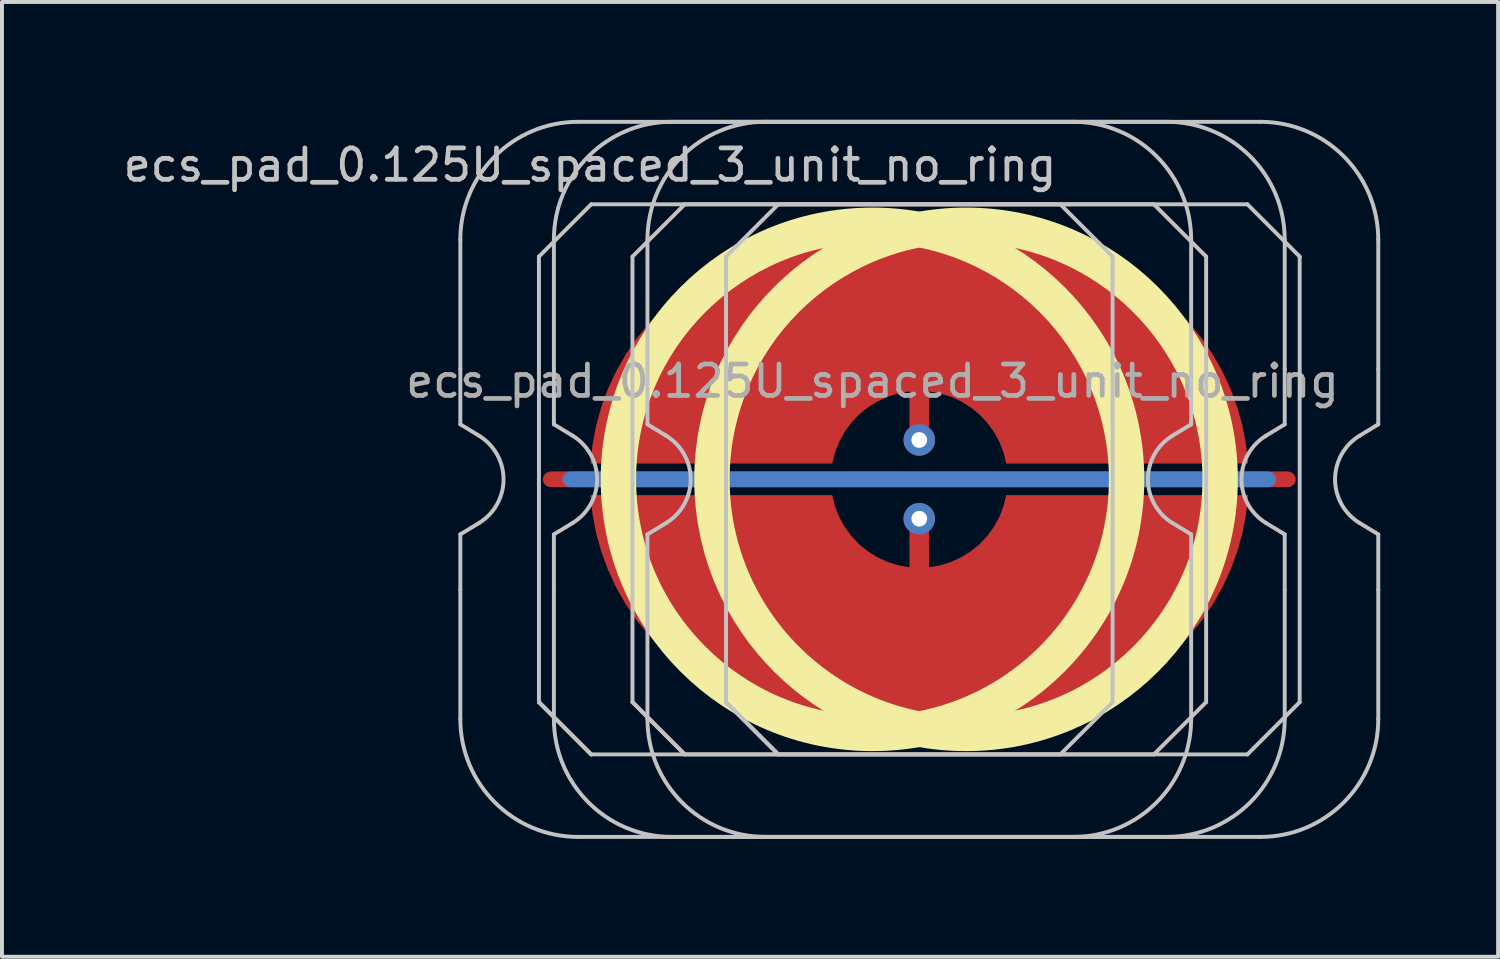
<source format=kicad_pcb>
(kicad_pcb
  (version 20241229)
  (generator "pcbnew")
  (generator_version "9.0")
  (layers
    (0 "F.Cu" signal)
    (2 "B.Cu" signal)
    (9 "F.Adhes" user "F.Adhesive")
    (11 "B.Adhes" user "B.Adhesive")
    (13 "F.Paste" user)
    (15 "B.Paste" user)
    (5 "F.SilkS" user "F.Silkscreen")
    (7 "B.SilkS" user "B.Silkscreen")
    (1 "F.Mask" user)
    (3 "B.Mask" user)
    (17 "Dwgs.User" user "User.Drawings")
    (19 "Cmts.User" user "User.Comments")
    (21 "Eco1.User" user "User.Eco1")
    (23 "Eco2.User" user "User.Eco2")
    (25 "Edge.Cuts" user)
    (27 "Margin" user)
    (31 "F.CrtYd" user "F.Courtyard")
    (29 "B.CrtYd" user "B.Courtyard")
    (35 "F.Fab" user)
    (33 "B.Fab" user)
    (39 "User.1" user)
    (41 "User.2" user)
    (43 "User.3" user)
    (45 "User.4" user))
  (footprint "ecs_pad_0.125U_spaced_3_unit_no_ring"
    (layer "F.Cu")
    (at 20.347 9.15)
    (property "Reference" "ecs_pad_0.125U_spaced_3_unit_no_ring" (at -8.38 -8 0) (layer "Dwgs.User") (effects (font (size 0.8 0.8) (thickness 0.12))))
    (attr smd)
    (fp_circle (center -1.191 0) (end 5.276 0) (stroke (width 0.9) (type solid)) (fill no) (layer "F.SilkS"))
    (fp_circle (center 1.19 0) (end 7.657 0) (stroke (width 0.9) (type solid)) (fill no) (layer "F.SilkS"))
    (fp_line (start -11.681 -2.805) (end -11.681 -6.1) (stroke (width 0.1) (type solid)) (layer "Dwgs.User"))
    (fp_line (start -11.681 -1.4) (end -11.681 -2.805) (stroke (width 0.1) (type solid)) (layer "Dwgs.User"))
    (fp_line (start -11.681 1.4) (end -11.206 1.111) (stroke (width 0.1) (type solid)) (layer "Dwgs.User"))
    (fp_line (start -11.681 2.805) (end -11.681 1.4) (stroke (width 0.1) (type solid)) (layer "Dwgs.User"))
    (fp_line (start -11.681 6.1) (end -11.681 2.805) (stroke (width 0.1) (type solid)) (layer "Dwgs.User"))
    (fp_line (start -11.206 -1.111) (end -11.681 -1.4) (stroke (width 0.1) (type solid)) (layer "Dwgs.User"))
    (fp_line (start -9.681 -5.67) (end -8.351 -7) (stroke (width 0.1) (type solid)) (layer "Dwgs.User"))
    (fp_line (start -9.681 5.67) (end -9.681 -5.67) (stroke (width 0.1) (type solid)) (layer "Dwgs.User"))
    (fp_line (start -9.681 5.67) (end -8.351 7) (stroke (width 0.1) (type solid)) (layer "Dwgs.User"))
    (fp_line (start -9.3 -2.805) (end -9.3 -6.1) (stroke (width 0.1) (type solid)) (layer "Dwgs.User"))
    (fp_line (start -9.3 -1.4) (end -9.3 -2.805) (stroke (width 0.1) (type solid)) (layer "Dwgs.User"))
    (fp_line (start -9.3 1.4) (end -8.824 1.111) (stroke (width 0.1) (type solid)) (layer "Dwgs.User"))
    (fp_line (start -9.3 2.805) (end -9.3 1.4) (stroke (width 0.1) (type solid)) (layer "Dwgs.User"))
    (fp_line (start -9.3 6.1) (end -9.3 2.805) (stroke (width 0.1) (type solid)) (layer "Dwgs.User"))
    (fp_line (start -8.824 -1.111) (end -9.3 -1.4) (stroke (width 0.1) (type solid)) (layer "Dwgs.User"))
    (fp_line (start -8.681 -9.1) (end 3.919 -9.1) (stroke (width 0.1) (type solid)) (layer "Dwgs.User"))
    (fp_line (start -8.351 -7) (end 3.589 -7) (stroke (width 0.1) (type solid)) (layer "Dwgs.User"))
    (fp_line (start -8.351 7) (end -9.681 5.67) (stroke (width 0.1) (type solid)) (layer "Dwgs.User"))
    (fp_line (start -7.3 -5.67) (end -5.97 -7) (stroke (width 0.1) (type solid)) (layer "Dwgs.User"))
    (fp_line (start -7.3 5.67) (end -7.3 -5.67) (stroke (width 0.1) (type solid)) (layer "Dwgs.User"))
    (fp_line (start -7.3 5.67) (end -5.97 7) (stroke (width 0.1) (type solid)) (layer "Dwgs.User"))
    (fp_line (start -6.919 -2.805) (end -6.919 -6.1) (stroke (width 0.1) (type solid)) (layer "Dwgs.User"))
    (fp_line (start -6.919 -1.4) (end -6.919 -2.805) (stroke (width 0.1) (type solid)) (layer "Dwgs.User"))
    (fp_line (start -6.919 1.4) (end -6.443 1.111) (stroke (width 0.1) (type solid)) (layer "Dwgs.User"))
    (fp_line (start -6.919 2.805) (end -6.919 1.4) (stroke (width 0.1) (type solid)) (layer "Dwgs.User"))
    (fp_line (start -6.919 6.1) (end -6.919 2.805) (stroke (width 0.1) (type solid)) (layer "Dwgs.User"))
    (fp_line (start -6.443 -1.111) (end -6.919 -1.4) (stroke (width 0.1) (type solid)) (layer "Dwgs.User"))
    (fp_line (start -6.3 -9.1) (end 6.3 -9.1) (stroke (width 0.1) (type solid)) (layer "Dwgs.User"))
    (fp_line (start -5.97 -7) (end 5.97 -7) (stroke (width 0.1) (type solid)) (layer "Dwgs.User"))
    (fp_line (start -5.97 7) (end -7.3 5.67) (stroke (width 0.1) (type solid)) (layer "Dwgs.User"))
    (fp_line (start -4.919 -5.67) (end -3.589 -7) (stroke (width 0.1) (type solid)) (layer "Dwgs.User"))
    (fp_line (start -4.919 5.67) (end -4.919 -5.67) (stroke (width 0.1) (type solid)) (layer "Dwgs.User"))
    (fp_line (start -4.919 5.67) (end -3.589 7) (stroke (width 0.1) (type solid)) (layer "Dwgs.User"))
    (fp_line (start -3.919 -9.1) (end 8.681 -9.1) (stroke (width 0.1) (type solid)) (layer "Dwgs.User"))
    (fp_line (start -3.589 -7) (end 8.351 -7) (stroke (width 0.1) (type solid)) (layer "Dwgs.User"))
    (fp_line (start -3.589 7) (end -4.919 5.67) (stroke (width 0.1) (type solid)) (layer "Dwgs.User"))
    (fp_line (start 3.589 -7) (end 4.919 -5.67) (stroke (width 0.1) (type solid)) (layer "Dwgs.User"))
    (fp_line (start 3.589 7) (end -8.351 7) (stroke (width 0.1) (type solid)) (layer "Dwgs.User"))
    (fp_line (start 3.919 9.1) (end -8.681 9.1) (stroke (width 0.1) (type solid)) (layer "Dwgs.User"))
    (fp_line (start 4.919 -5.67) (end 4.919 5.67) (stroke (width 0.1) (type solid)) (layer "Dwgs.User"))
    (fp_line (start 4.919 5.67) (end 3.589 7) (stroke (width 0.1) (type solid)) (layer "Dwgs.User"))
    (fp_line (start 5.97 -7) (end 7.3 -5.67) (stroke (width 0.1) (type solid)) (layer "Dwgs.User"))
    (fp_line (start 5.97 7) (end -5.97 7) (stroke (width 0.1) (type solid)) (layer "Dwgs.User"))
    (fp_line (start 6.3 9.1) (end -6.3 9.1) (stroke (width 0.1) (type solid)) (layer "Dwgs.User"))
    (fp_line (start 6.443 1.111) (end 6.919 1.4) (stroke (width 0.1) (type solid)) (layer "Dwgs.User"))
    (fp_line (start 6.919 -6.1) (end 6.919 -2.805) (stroke (width 0.1) (type solid)) (layer "Dwgs.User"))
    (fp_line (start 6.919 -2.805) (end 6.919 -1.4) (stroke (width 0.1) (type solid)) (layer "Dwgs.User"))
    (fp_line (start 6.919 -1.4) (end 6.443 -1.111) (stroke (width 0.1) (type solid)) (layer "Dwgs.User"))
    (fp_line (start 6.919 1.4) (end 6.919 2.805) (stroke (width 0.1) (type solid)) (layer "Dwgs.User"))
    (fp_line (start 6.919 2.805) (end 6.919 6.1) (stroke (width 0.1) (type solid)) (layer "Dwgs.User"))
    (fp_line (start 7.3 -5.67) (end 7.3 5.67) (stroke (width 0.1) (type solid)) (layer "Dwgs.User"))
    (fp_line (start 7.3 5.67) (end 5.97 7) (stroke (width 0.1) (type solid)) (layer "Dwgs.User"))
    (fp_line (start 8.351 -7) (end 9.681 -5.67) (stroke (width 0.1) (type solid)) (layer "Dwgs.User"))
    (fp_line (start 8.351 7) (end -3.589 7) (stroke (width 0.1) (type solid)) (layer "Dwgs.User"))
    (fp_line (start 8.681 9.1) (end -3.919 9.1) (stroke (width 0.1) (type solid)) (layer "Dwgs.User"))
    (fp_line (start 8.824 1.111) (end 9.3 1.4) (stroke (width 0.1) (type solid)) (layer "Dwgs.User"))
    (fp_line (start 9.3 -6.1) (end 9.3 -2.805) (stroke (width 0.1) (type solid)) (layer "Dwgs.User"))
    (fp_line (start 9.3 -2.805) (end 9.3 -1.4) (stroke (width 0.1) (type solid)) (layer "Dwgs.User"))
    (fp_line (start 9.3 -1.4) (end 8.824 -1.111) (stroke (width 0.1) (type solid)) (layer "Dwgs.User"))
    (fp_line (start 9.3 1.4) (end 9.3 2.805) (stroke (width 0.1) (type solid)) (layer "Dwgs.User"))
    (fp_line (start 9.3 2.805) (end 9.3 6.1) (stroke (width 0.1) (type solid)) (layer "Dwgs.User"))
    (fp_line (start 9.681 -5.67) (end 9.681 5.67) (stroke (width 0.1) (type solid)) (layer "Dwgs.User"))
    (fp_line (start 9.681 5.67) (end 8.351 7) (stroke (width 0.1) (type solid)) (layer "Dwgs.User"))
    (fp_line (start 11.206 1.111) (end 11.681 1.4) (stroke (width 0.1) (type solid)) (layer "Dwgs.User"))
    (fp_line (start 11.681 -6.1) (end 11.681 -2.805) (stroke (width 0.1) (type solid)) (layer "Dwgs.User"))
    (fp_line (start 11.681 -2.805) (end 11.681 -1.4) (stroke (width 0.1) (type solid)) (layer "Dwgs.User"))
    (fp_line (start 11.681 -1.4) (end 11.206 -1.111) (stroke (width 0.1) (type solid)) (layer "Dwgs.User"))
    (fp_line (start 11.681 1.4) (end 11.681 2.805) (stroke (width 0.1) (type solid)) (layer "Dwgs.User"))
    (fp_line (start 11.681 2.805) (end 11.681 6.1) (stroke (width 0.1) (type solid)) (layer "Dwgs.User"))
    (fp_arc (start -11.68125 -6.1) (mid -10.80257 -8.22132) (end -8.68125 -9.1) (stroke (width 0.1) (type solid)) (layer "Dwgs.User"))
    (fp_arc (start -11.205583 -1.110619) (mid -10.58125 0) (end -11.205583 1.110619) (stroke (width 0.1) (type solid)) (layer "Dwgs.User"))
    (fp_arc (start -9.3 -6.1) (mid -8.42132 -8.22132) (end -6.3 -9.1) (stroke (width 0.1) (type solid)) (layer "Dwgs.User"))
    (fp_arc (start -8.824333 -1.110619) (mid -8.2 0) (end -8.824333 1.110619) (stroke (width 0.1) (type solid)) (layer "Dwgs.User"))
    (fp_arc (start -8.68125 9.1) (mid -10.80257 8.22132) (end -11.68125 6.1) (stroke (width 0.1) (type solid)) (layer "Dwgs.User"))
    (fp_arc (start -6.91875 -6.1) (mid -6.04007 -8.22132) (end -3.91875 -9.1) (stroke (width 0.1) (type solid)) (layer "Dwgs.User"))
    (fp_arc (start -6.443083 -1.110619) (mid -5.81875 0) (end -6.443083 1.110619) (stroke (width 0.1) (type solid)) (layer "Dwgs.User"))
    (fp_arc (start -6.3 9.1) (mid -8.42132 8.22132) (end -9.3 6.1) (stroke (width 0.1) (type solid)) (layer "Dwgs.User"))
    (fp_arc (start -3.91875 9.1) (mid -6.04007 8.22132) (end -6.91875 6.1) (stroke (width 0.1) (type solid)) (layer "Dwgs.User"))
    (fp_arc (start 3.91875 -9.1) (mid 6.04007 -8.22132) (end 6.91875 -6.1) (stroke (width 0.1) (type solid)) (layer "Dwgs.User"))
    (fp_arc (start 6.3 -9.1) (mid 8.42132 -8.22132) (end 9.3 -6.1) (stroke (width 0.1) (type solid)) (layer "Dwgs.User"))
    (fp_arc (start 6.443083 1.110619) (mid 5.81875 0) (end 6.443083 -1.110619) (stroke (width 0.1) (type solid)) (layer "Dwgs.User"))
    (fp_arc (start 6.91875 6.1) (mid 6.04007 8.22132) (end 3.91875 9.1) (stroke (width 0.1) (type solid)) (layer "Dwgs.User"))
    (fp_arc (start 8.68125 -9.1) (mid 10.80257 -8.22132) (end 11.68125 -6.1) (stroke (width 0.1) (type solid)) (layer "Dwgs.User"))
    (fp_arc (start 8.824333 1.110619) (mid 8.2 0) (end 8.824333 -1.110619) (stroke (width 0.1) (type solid)) (layer "Dwgs.User"))
    (fp_arc (start 9.3 6.1) (mid 8.42132 8.22132) (end 6.3 9.1) (stroke (width 0.1) (type solid)) (layer "Dwgs.User"))
    (fp_arc (start 11.205583 1.110619) (mid 10.58125 0) (end 11.205583 -1.110619) (stroke (width 0.1) (type solid)) (layer "Dwgs.User"))
    (fp_arc (start 11.68125 6.1) (mid 10.80257 8.22132) (end 8.68125 9.1) (stroke (width 0.1) (type solid)) (layer "Dwgs.User"))
    (fp_text user "${REFERENCE}" (at -1.191 -2.5 0) (layer "F.Fab") (effects (font (size 0.8 0.8) (thickness 0.12))))
    (pad "1" smd custom (at -0.001 -1.002 180) (size 0.228 0.228) (layers "F.Cu") (options (anchor circle)) (primitives (gr_poly (pts (xy -8.316 -0.116) (xy -8.225 0.362) (xy -8.095 0.831) (xy -7.928 1.288) (xy -7.724 1.73) (xy -7.485 2.154) (xy -7.213 2.557) (xy -6.909 2.937) (xy -6.575 3.291) (xy -6.213 3.617) (xy -5.826 3.912) (xy -5.417 4.175) (xy -4.987 4.404) (xy -4.541 4.598) (xy -4.08 4.755) (xy -3.608 4.873) (xy -3.128 4.953) (xy -2.643 4.994) (xy -2.156 4.996) (xy -1.671 4.958) (xy -1.191 4.881) (xy -0.717 4.957) (xy -0.24 4.995) (xy 0.24 4.995) (xy 0.717 4.957) (xy 1.191 4.881) (xy 1.671 4.958) (xy 2.156 4.996) (xy 2.643 4.994) (xy 3.128 4.953) (xy 3.608 4.873) (xy 4.08 4.755) (xy 4.541 4.598) (xy 4.987 4.404) (xy 5.417 4.175) (xy 5.826 3.912) (xy 6.213 3.617) (xy 6.575 3.291) (xy 6.909 2.937) (xy 7.213 2.557) (xy 7.485 2.154) (xy 7.724 1.73) (xy 7.928 1.288) (xy 8.095 0.831) (xy 8.225 0.362) (xy 8.316 -0.116) (xy 8.368 -0.6) (xy 2.214 -0.6) (xy 2.145 -0.321) (xy 2.041 -0.052) (xy 1.903 0.201) (xy 1.734 0.434) (xy 1.537 0.644) (xy 1.314 0.826) (xy 1.07 0.979) (xy 0.808 1.1) (xy 0.534 1.186) (xy 0.25 1.236) (xy 0.25 0) (xy 0.231 -0.096) (xy 0.177 -0.177) (xy 0.096 -0.231) (xy 0 -0.25) (xy -0.096 -0.231) (xy -0.177 -0.177) (xy -0.231 -0.096) (xy -0.25 0) (xy -0.25 1.236) (xy -0.534 1.186) (xy -0.808 1.1) (xy -1.07 0.979) (xy -1.314 0.826) (xy -1.537 0.644) (xy -1.734 0.434) (xy -1.903 0.201) (xy -2.041 -0.052) (xy -2.145 -0.321) (xy -2.214 -0.6) (xy -8.368 -0.6)) (width 0) (fill yes))))
    (pad "1" thru_hole circle (at -0.001 -1.002) (size 0.8 0.8) (drill 0.4) (layers "*.Cu"))
    (pad "2" smd custom (at -0.001 1.002) (size 0.228 0.228) (layers "F.Cu") (options (anchor circle)) (primitives (gr_poly (pts (xy -8.316 -0.116) (xy -8.225 0.362) (xy -8.095 0.831) (xy -7.928 1.288) (xy -7.724 1.73) (xy -7.485 2.154) (xy -7.213 2.557) (xy -6.909 2.937) (xy -6.575 3.291) (xy -6.213 3.617) (xy -5.826 3.912) (xy -5.417 4.175) (xy -4.987 4.404) (xy -4.541 4.598) (xy -4.08 4.755) (xy -3.608 4.873) (xy -3.128 4.953) (xy -2.643 4.994) (xy -2.156 4.996) (xy -1.671 4.958) (xy -1.191 4.881) (xy -0.717 4.957) (xy -0.24 4.995) (xy 0.24 4.995) (xy 0.717 4.957) (xy 1.191 4.881) (xy 1.671 4.958) (xy 2.156 4.996) (xy 2.643 4.994) (xy 3.128 4.953) (xy 3.608 4.873) (xy 4.08 4.755) (xy 4.541 4.598) (xy 4.987 4.404) (xy 5.417 4.175) (xy 5.826 3.912) (xy 6.213 3.617) (xy 6.575 3.291) (xy 6.909 2.937) (xy 7.213 2.557) (xy 7.485 2.154) (xy 7.724 1.73) (xy 7.928 1.288) (xy 8.095 0.831) (xy 8.225 0.362) (xy 8.316 -0.116) (xy 8.368 -0.6) (xy 2.214 -0.6) (xy 2.145 -0.321) (xy 2.041 -0.052) (xy 1.903 0.201) (xy 1.734 0.434) (xy 1.537 0.644) (xy 1.314 0.826) (xy 1.07 0.979) (xy 0.808 1.1) (xy 0.534 1.186) (xy 0.25 1.236) (xy 0.25 0) (xy 0.231 -0.096) (xy 0.177 -0.177) (xy 0.096 -0.231) (xy 0 -0.25) (xy -0.096 -0.231) (xy -0.177 -0.177) (xy -0.231 -0.096) (xy -0.25 0) (xy -0.25 1.236) (xy -0.534 1.186) (xy -0.808 1.1) (xy -1.07 0.979) (xy -1.314 0.826) (xy -1.537 0.644) (xy -1.734 0.434) (xy -1.903 0.201) (xy -2.041 -0.052) (xy -2.145 -0.321) (xy -2.214 -0.6) (xy -8.368 -0.6)) (width 0) (fill yes))))
    (pad "2" thru_hole circle (at -0.001 1.002) (size 0.8 0.8) (drill 0.4) (layers "*.Cu"))
    (pad "3" smd custom (at 0 0 270) (size 0.4 0.4) (layers "F.Cu") (options (anchor rect)) (primitives (gr_line (start 0 -9.381) (end 0 9.381) (width 0.4))))
    (pad "3" smd custom (at 0 0 270) (size 0.4 0.4) (layers "B.Cu") (options (anchor rect)) (primitives (gr_line (start 0 -8.881) (end 0 8.881) (width 0.4))))
    (zone (net_name "") (layer "F.Cu") (hatch edge 0.508) (connect_pads) (min_thickness 0.254) (filled_areas_thickness no) (keepout (tracks allowed) (vias allowed) (pads allowed) (copperpour not_allowed) (footprints allowed)) (placement (enabled no)) (fill) (polygon (pts (xy 17.965 2.145) (xy 17.452 2.164) (xy 16.942 2.22) (xy 16.437 2.314) (xy 15.941 2.444) (xy 15.455 2.61) (xy 14.983 2.812) (xy 14.527 3.047) (xy 14.089 3.315) (xy 13.672 3.615) (xy 13.278 3.944) (xy 12.91 4.302) (xy 12.568 4.685) (xy 12.256 5.092) (xy 11.974 5.521) (xy 11.724 5.97) (xy 11.508 6.435) (xy 11.326 6.916) (xy 11.181 7.408) (xy 11.071 7.91) (xy 10.999 8.418) (xy 10.964 8.93) (xy 10.967 9.443) (xy 11.007 9.955) (xy 11.085 10.463) (xy 11.199 10.963) (xy 11.35 11.454) (xy 11.537 11.932) (xy 11.758 12.395) (xy 12.012 12.841) (xy 12.298 13.267) (xy 12.615 13.671) (xy 12.961 14.051) (xy 13.333 14.404) (xy 13.73 14.73) (xy 14.15 15.025) (xy 14.591 15.288) (xy 15.049 15.519) (xy 15.524 15.716) (xy 16.011 15.877) (xy 16.509 16.002) (xy 17.015 16.09) (xy 17.526 16.141) (xy 18.039 16.155) (xy 18.552 16.13) (xy 19.061 16.069) (xy 19.565 15.97) (xy 20.06 15.834) (xy 20.544 15.663) (xy 21.014 15.457) (xy 21.468 15.216) (xy 21.903 14.944) (xy 22.317 14.64) (xy 22.707 14.306) (xy 23.072 13.945) (xy 23.409 13.558) (xy 23.717 13.148) (xy 23.995 12.716) (xy 24.24 12.265) (xy 24.451 11.797) (xy 24.627 11.315) (xy 24.768 10.821) (xy 24.872 10.318) (xy 24.939 9.809) (xy 24.969 9.297) (xy 24.961 8.783) (xy 24.915 8.272) (xy 24.832 7.765) (xy 24.712 7.266) (xy 24.556 6.777) (xy 24.365 6.301) (xy 24.139 5.84) (xy 23.88 5.397) (xy 23.589 4.974) (xy 23.268 4.573) (xy 22.919 4.197) (xy 22.543 3.847) (xy 22.142 3.526) (xy 21.719 3.236) (xy 21.276 2.977) (xy 20.815 2.751) (xy 20.338 2.559) (xy 19.849 2.403) (xy 19.35 2.283) (xy 18.843 2.2) (xy 18.332 2.155))))
    (zone (net_name "") (layer "F.Cu") (hatch edge 0.508) (connect_pads) (min_thickness 0.254) (filled_areas_thickness no) (keepout (tracks allowed) (vias allowed) (pads allowed) (copperpour not_allowed) (footprints allowed)) (placement (enabled no)) (fill) (polygon (pts (xy 20.347 2.145) (xy 19.834 2.164) (xy 19.323 2.22) (xy 18.819 2.314) (xy 18.322 2.444) (xy 17.836 2.61) (xy 17.364 2.812) (xy 16.908 3.047) (xy 16.47 3.315) (xy 16.053 3.615) (xy 15.659 3.944) (xy 15.291 4.302) (xy 14.949 4.685) (xy 14.637 5.092) (xy 14.355 5.521) (xy 14.105 5.97) (xy 13.889 6.435) (xy 13.708 6.916) (xy 13.562 7.408) (xy 13.452 7.91) (xy 13.38 8.418) (xy 13.345 8.93) (xy 13.348 9.443) (xy 13.388 9.955) (xy 13.466 10.463) (xy 13.58 10.963) (xy 13.731 11.454) (xy 13.918 11.932) (xy 14.139 12.395) (xy 14.393 12.841) (xy 14.68 13.267) (xy 14.996 13.671) (xy 15.342 14.051) (xy 15.714 14.404) (xy 16.112 14.73) (xy 16.532 15.025) (xy 16.972 15.288) (xy 17.431 15.519) (xy 17.905 15.716) (xy 18.392 15.877) (xy 18.89 16.002) (xy 19.396 16.09) (xy 19.907 16.141) (xy 20.42 16.155) (xy 20.933 16.13) (xy 21.442 16.069) (xy 21.946 15.97) (xy 22.441 15.834) (xy 22.925 15.663) (xy 23.395 15.457) (xy 23.849 15.216) (xy 24.284 14.944) (xy 24.698 14.64) (xy 25.088 14.306) (xy 25.453 13.945) (xy 25.791 13.558) (xy 26.099 13.148) (xy 26.376 12.716) (xy 26.621 12.265) (xy 26.832 11.797) (xy 27.009 11.315) (xy 27.149 10.821) (xy 27.253 10.318) (xy 27.32 9.809) (xy 27.35 9.297) (xy 27.342 8.783) (xy 27.296 8.272) (xy 27.213 7.765) (xy 27.094 7.266) (xy 26.937 6.777) (xy 26.746 6.301) (xy 26.52 5.84) (xy 26.261 5.397) (xy 25.97 4.974) (xy 25.649 4.573) (xy 25.3 4.197) (xy 24.924 3.847) (xy 24.523 3.526) (xy 24.1 3.236) (xy 23.657 2.977) (xy 23.196 2.751) (xy 22.719 2.559) (xy 22.23 2.403) (xy 21.731 2.283) (xy 21.225 2.2) (xy 20.713 2.155))))
    (zone (net_name "") (layer "F.Cu") (hatch edge 0.508) (connect_pads) (min_thickness 0.254) (filled_areas_thickness no) (keepout (tracks allowed) (vias allowed) (pads allowed) (copperpour not_allowed) (footprints allowed)) (placement (enabled no)) (fill) (polygon (pts (xy 22.728 2.145) (xy 22.215 2.164) (xy 21.705 2.22) (xy 21.2 2.314) (xy 20.703 2.444) (xy 20.218 2.61) (xy 19.745 2.812) (xy 19.289 3.047) (xy 18.851 3.315) (xy 18.435 3.615) (xy 18.041 3.944) (xy 17.672 4.302) (xy 17.331 4.685) (xy 17.018 5.092) (xy 16.736 5.521) (xy 16.487 5.97) (xy 16.27 6.435) (xy 16.089 6.916) (xy 15.943 7.408) (xy 15.834 7.91) (xy 15.761 8.418) (xy 15.726 8.93) (xy 15.729 9.443) (xy 15.769 9.955) (xy 15.847 10.463) (xy 15.962 10.963) (xy 16.113 11.454) (xy 16.299 11.932) (xy 16.52 12.395) (xy 16.775 12.841) (xy 17.061 13.267) (xy 17.378 13.671) (xy 17.723 14.051) (xy 18.095 14.404) (xy 18.493 14.73) (xy 18.913 15.025) (xy 19.353 15.288) (xy 19.812 15.519) (xy 20.286 15.716) (xy 20.774 15.877) (xy 21.272 16.002) (xy 21.777 16.09) (xy 22.288 16.141) (xy 22.801 16.155) (xy 23.314 16.13) (xy 23.824 16.069) (xy 24.327 15.97) (xy 24.823 15.834) (xy 25.307 15.663) (xy 25.777 15.457) (xy 26.23 15.216) (xy 26.665 14.944) (xy 27.079 14.64) (xy 27.469 14.306) (xy 27.834 13.945) (xy 28.172 13.558) (xy 28.48 13.148) (xy 28.757 12.716) (xy 29.002 12.265) (xy 29.214 11.797) (xy 29.39 11.315) (xy 29.531 10.821) (xy 29.635 10.318) (xy 29.702 9.809) (xy 29.731 9.297) (xy 29.723 8.783) (xy 29.678 8.272) (xy 29.595 7.765) (xy 29.475 7.266) (xy 29.319 6.777) (xy 29.127 6.301) (xy 28.901 5.84) (xy 28.642 5.397) (xy 28.352 4.974) (xy 28.031 4.573) (xy 27.681 4.197) (xy 27.305 3.847) (xy 26.904 3.526) (xy 26.481 3.236) (xy 26.038 2.977) (xy 25.577 2.751) (xy 25.101 2.559) (xy 24.612 2.403) (xy 24.112 2.283) (xy 23.606 2.2) (xy 23.095 2.155))))
    (zone (net_name "") (layer "B.Cu") (hatch edge 0.508) (connect_pads) (min_thickness 0.254) (filled_areas_thickness no) (keepout (tracks allowed) (vias allowed) (pads allowed) (copperpour not_allowed) (footprints allowed)) (placement (enabled no)) (fill) (polygon (pts (xy 17.965 2.592) (xy 17.451 2.612) (xy 16.939 2.672) (xy 16.434 2.773) (xy 15.939 2.913) (xy 15.456 3.091) (xy 14.988 3.307) (xy 14.539 3.558) (xy 14.111 3.844) (xy 13.706 4.163) (xy 13.328 4.513) (xy 12.978 4.891) (xy 12.66 5.295) (xy 12.374 5.723) (xy 12.122 6.173) (xy 11.906 6.64) (xy 11.728 7.123) (xy 11.588 7.619) (xy 11.488 8.124) (xy 11.427 8.635) (xy 11.407 9.15) (xy 11.427 9.665) (xy 11.488 10.176) (xy 11.588 10.681) (xy 11.728 11.177) (xy 11.906 11.66) (xy 12.122 12.127) (xy 12.374 12.577) (xy 12.66 13.005) (xy 12.978 13.409) (xy 13.328 13.787) (xy 13.706 14.137) (xy 14.111 14.456) (xy 14.539 14.742) (xy 14.988 14.993) (xy 15.456 15.209) (xy 15.939 15.387) (xy 16.434 15.527) (xy 16.939 15.628) (xy 17.451 15.688) (xy 17.965 15.708) (xy 18.48 15.688) (xy 18.991 15.628) (xy 19.496 15.527) (xy 19.992 15.387) (xy 20.475 15.209) (xy 20.943 14.993) (xy 21.392 14.742) (xy 21.82 14.456) (xy 22.225 14.137) (xy 22.603 13.787) (xy 22.952 13.409) (xy 23.271 13.005) (xy 23.557 12.577) (xy 23.809 12.127) (xy 24.024 11.66) (xy 24.203 11.177) (xy 24.342 10.681) (xy 24.443 10.176) (xy 24.503 9.665) (xy 24.524 9.15) (xy 24.503 8.635) (xy 24.443 8.124) (xy 24.342 7.619) (xy 24.203 7.123) (xy 24.024 6.64) (xy 23.809 6.173) (xy 23.557 5.723) (xy 23.271 5.295) (xy 22.952 4.891) (xy 22.603 4.513) (xy 22.225 4.163) (xy 21.82 3.844) (xy 21.392 3.558) (xy 20.943 3.307) (xy 20.475 3.091) (xy 19.992 2.913) (xy 19.496 2.773) (xy 18.991 2.672) (xy 18.48 2.612))))
    (zone (net_name "") (layer "B.Cu") (hatch edge 0.508) (connect_pads) (min_thickness 0.254) (filled_areas_thickness no) (keepout (tracks allowed) (vias allowed) (pads allowed) (copperpour not_allowed) (footprints allowed)) (placement (enabled no)) (fill) (polygon (pts (xy 20.347 2.592) (xy 19.832 2.612) (xy 19.321 2.672) (xy 18.816 2.773) (xy 18.32 2.913) (xy 17.837 3.091) (xy 17.369 3.307) (xy 16.92 3.558) (xy 16.492 3.844) (xy 16.087 4.163) (xy 15.709 4.513) (xy 15.36 4.891) (xy 15.041 5.295) (xy 14.755 5.723) (xy 14.503 6.173) (xy 14.288 6.64) (xy 14.109 7.123) (xy 13.97 7.619) (xy 13.869 8.124) (xy 13.809 8.635) (xy 13.788 9.15) (xy 13.809 9.665) (xy 13.869 10.176) (xy 13.97 10.681) (xy 14.109 11.177) (xy 14.288 11.66) (xy 14.503 12.127) (xy 14.755 12.577) (xy 15.041 13.005) (xy 15.36 13.409) (xy 15.709 13.787) (xy 16.087 14.137) (xy 16.492 14.456) (xy 16.92 14.742) (xy 17.369 14.993) (xy 17.837 15.209) (xy 18.32 15.387) (xy 18.816 15.527) (xy 19.321 15.628) (xy 19.832 15.688) (xy 20.347 15.708) (xy 20.861 15.688) (xy 21.373 15.628) (xy 21.878 15.527) (xy 22.373 15.387) (xy 22.856 15.209) (xy 23.324 14.993) (xy 23.773 14.742) (xy 24.202 14.456) (xy 24.606 14.137) (xy 24.984 13.787) (xy 25.334 13.409) (xy 25.652 13.005) (xy 25.939 12.577) (xy 26.19 12.127) (xy 26.406 11.66) (xy 26.584 11.177) (xy 26.724 10.681) (xy 26.824 10.176) (xy 26.885 9.665) (xy 26.905 9.15) (xy 26.885 8.635) (xy 26.824 8.124) (xy 26.724 7.619) (xy 26.584 7.123) (xy 26.406 6.64) (xy 26.19 6.173) (xy 25.939 5.723) (xy 25.652 5.295) (xy 25.334 4.891) (xy 24.984 4.513) (xy 24.606 4.163) (xy 24.202 3.844) (xy 23.773 3.558) (xy 23.324 3.307) (xy 22.856 3.091) (xy 22.373 2.913) (xy 21.878 2.773) (xy 21.373 2.672) (xy 20.861 2.612))))
    (zone (net_name "") (layer "B.Cu") (hatch edge 0.508) (connect_pads) (min_thickness 0.254) (filled_areas_thickness no) (keepout (tracks allowed) (vias allowed) (pads allowed) (copperpour not_allowed) (footprints allowed)) (placement (enabled no)) (fill) (polygon (pts (xy 22.728 2.592) (xy 22.213 2.612) (xy 21.702 2.672) (xy 21.197 2.773) (xy 20.701 2.913) (xy 20.218 3.091) (xy 19.751 3.307) (xy 19.301 3.558) (xy 18.873 3.844) (xy 18.469 4.163) (xy 18.091 4.513) (xy 17.741 4.891) (xy 17.422 5.295) (xy 17.136 5.723) (xy 16.884 6.173) (xy 16.669 6.64) (xy 16.491 7.123) (xy 16.351 7.619) (xy 16.25 8.124) (xy 16.19 8.635) (xy 16.17 9.15) (xy 16.19 9.665) (xy 16.25 10.176) (xy 16.351 10.681) (xy 16.491 11.177) (xy 16.669 11.66) (xy 16.884 12.127) (xy 17.136 12.577) (xy 17.422 13.005) (xy 17.741 13.409) (xy 18.091 13.787) (xy 18.469 14.137) (xy 18.873 14.456) (xy 19.301 14.742) (xy 19.751 14.993) (xy 20.218 15.209) (xy 20.701 15.387) (xy 21.197 15.527) (xy 21.702 15.628) (xy 22.213 15.688) (xy 22.728 15.708) (xy 23.242 15.688) (xy 23.754 15.628) (xy 24.259 15.527) (xy 24.755 15.387) (xy 25.238 15.209) (xy 25.705 14.993) (xy 26.155 14.742) (xy 26.583 14.456) (xy 26.987 14.137) (xy 27.365 13.787) (xy 27.715 13.409) (xy 28.034 13.005) (xy 28.32 12.577) (xy 28.571 12.127) (xy 28.787 11.66) (xy 28.965 11.177) (xy 29.105 10.681) (xy 29.205 10.176) (xy 29.266 9.665) (xy 29.286 9.15) (xy 29.266 8.635) (xy 29.205 8.124) (xy 29.105 7.619) (xy 28.965 7.123) (xy 28.787 6.64) (xy 28.571 6.173) (xy 28.32 5.723) (xy 28.034 5.295) (xy 27.715 4.891) (xy 27.365 4.513) (xy 26.987 4.163) (xy 26.583 3.844) (xy 26.155 3.558) (xy 25.705 3.307) (xy 25.238 3.091) (xy 24.755 2.913) (xy 24.259 2.773) (xy 23.754 2.672) (xy 23.242 2.612)))))
  (gr_rect
    (start -3 -3)
    (end 35.078 21.3)
    (stroke (width 0.1) (type default))
    (fill no)
    (layer "Edge.Cuts")))
</source>
